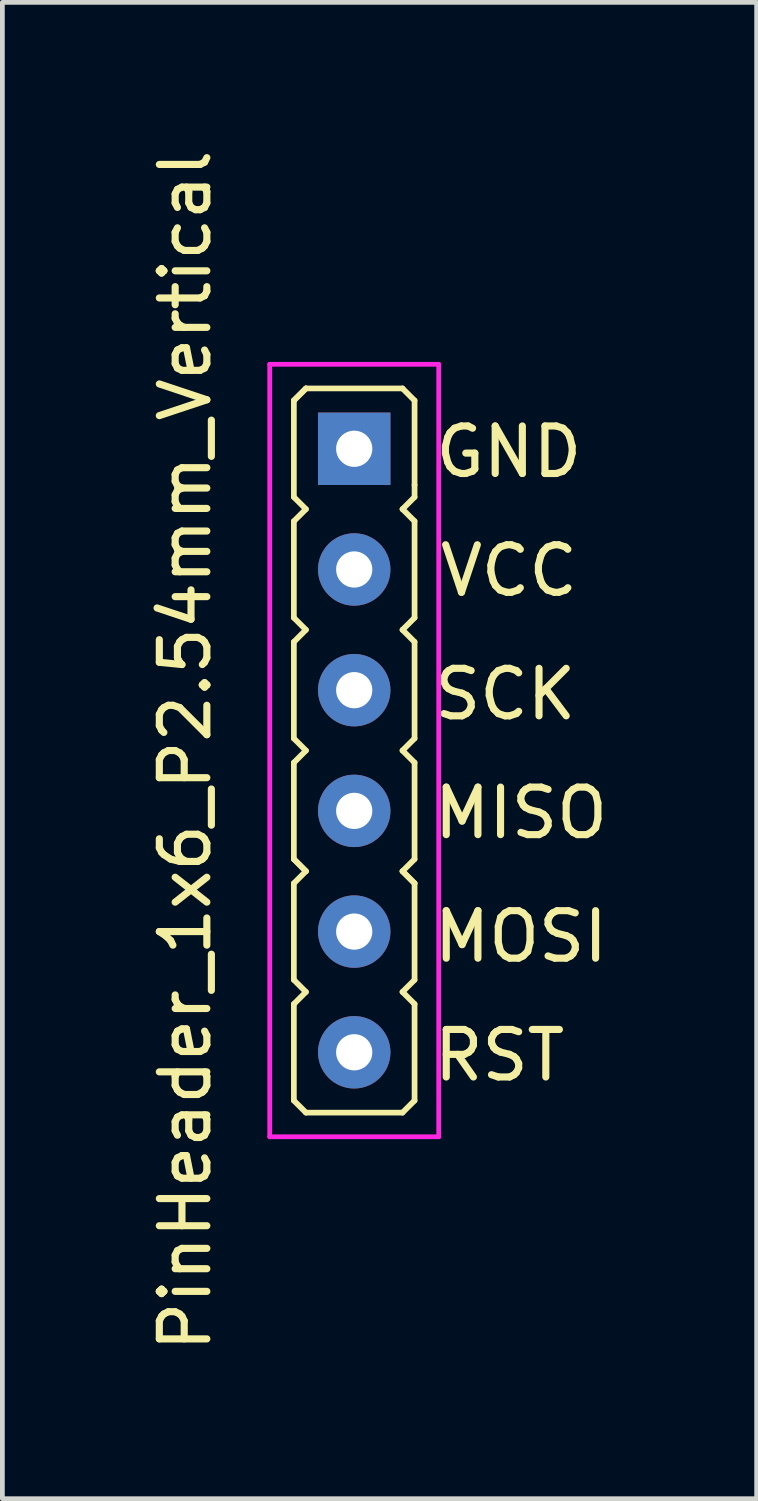
<source format=kicad_pcb>
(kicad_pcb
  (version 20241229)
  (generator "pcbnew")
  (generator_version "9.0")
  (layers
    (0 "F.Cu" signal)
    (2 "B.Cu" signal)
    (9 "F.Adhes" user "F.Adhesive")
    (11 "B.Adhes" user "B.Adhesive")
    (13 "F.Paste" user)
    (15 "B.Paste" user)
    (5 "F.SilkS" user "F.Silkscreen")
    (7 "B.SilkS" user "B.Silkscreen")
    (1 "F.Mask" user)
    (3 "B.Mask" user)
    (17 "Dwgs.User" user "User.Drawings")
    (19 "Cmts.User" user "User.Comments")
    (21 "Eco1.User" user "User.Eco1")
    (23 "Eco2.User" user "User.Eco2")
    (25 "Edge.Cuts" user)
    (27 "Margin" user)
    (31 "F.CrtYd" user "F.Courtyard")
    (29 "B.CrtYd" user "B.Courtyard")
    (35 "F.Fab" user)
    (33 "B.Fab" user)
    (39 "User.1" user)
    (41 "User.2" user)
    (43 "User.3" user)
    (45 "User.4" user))
  (footprint "PinHeader_1x6_P2.54mm_Vertical"
    (layer "F.Cu")
    (at 4.404 12.744)
    (property "Reference" "PinHeader_1x6_P2.54mm_Vertical" (at -3.556 0 90) (layer "F.SilkS") (effects (font (size 1 1) (thickness 0.15))))
    (attr through_hole)
    (fp_line (start -1.27 -7.366) (end -1.016 -7.62) (stroke (width 0.12) (type solid)) (layer "F.SilkS"))
    (fp_line (start -1.27 -7.366) (end -1.016 -7.62) (stroke (width 0.12) (type solid)) (layer "F.SilkS"))
    (fp_line (start -1.27 -5.334) (end -1.27 -7.366) (stroke (width 0.12) (type solid)) (layer "F.SilkS"))
    (fp_line (start -1.27 -4.826) (end -1.016 -5.08) (stroke (width 0.12) (type solid)) (layer "F.SilkS"))
    (fp_line (start -1.27 -2.794) (end -1.27 -4.826) (stroke (width 0.12) (type solid)) (layer "F.SilkS"))
    (fp_line (start -1.27 -2.286) (end -1.016 -2.54) (stroke (width 0.12) (type solid)) (layer "F.SilkS"))
    (fp_line (start -1.27 -0.254) (end -1.27 -2.286) (stroke (width 0.12) (type solid)) (layer "F.SilkS"))
    (fp_line (start -1.27 0.254) (end -1.016 0) (stroke (width 0.12) (type solid)) (layer "F.SilkS"))
    (fp_line (start -1.27 2.286) (end -1.27 0.254) (stroke (width 0.12) (type solid)) (layer "F.SilkS"))
    (fp_line (start -1.27 2.794) (end -1.016 2.54) (stroke (width 0.12) (type solid)) (layer "F.SilkS"))
    (fp_line (start -1.27 4.826) (end -1.27 2.794) (stroke (width 0.12) (type solid)) (layer "F.SilkS"))
    (fp_line (start -1.27 5.334) (end -1.016 5.08) (stroke (width 0.12) (type solid)) (layer "F.SilkS"))
    (fp_line (start -1.27 7.366) (end -1.27 5.334) (stroke (width 0.12) (type solid)) (layer "F.SilkS"))
    (fp_line (start -1.016 -5.08) (end -1.27 -5.334) (stroke (width 0.12) (type solid)) (layer "F.SilkS"))
    (fp_line (start -1.016 -2.54) (end -1.27 -2.794) (stroke (width 0.12) (type solid)) (layer "F.SilkS"))
    (fp_line (start -1.016 0) (end -1.27 -0.254) (stroke (width 0.12) (type solid)) (layer "F.SilkS"))
    (fp_line (start -1.016 2.54) (end -1.27 2.286) (stroke (width 0.12) (type solid)) (layer "F.SilkS"))
    (fp_line (start -1.016 2.54) (end -1.27 2.286) (stroke (width 0.12) (type solid)) (layer "F.SilkS"))
    (fp_line (start -1.016 5.08) (end -1.27 4.826) (stroke (width 0.12) (type solid)) (layer "F.SilkS"))
    (fp_line (start -1.016 7.62) (end -1.27 7.366) (stroke (width 0.12) (type solid)) (layer "F.SilkS"))
    (fp_line (start 1.016 -7.62) (end -1.016 -7.62) (stroke (width 0.12) (type solid)) (layer "F.SilkS"))
    (fp_line (start 1.016 -5.08) (end 1.27 -4.826) (stroke (width 0.12) (type solid)) (layer "F.SilkS"))
    (fp_line (start 1.016 -2.54) (end 1.27 -2.286) (stroke (width 0.12) (type solid)) (layer "F.SilkS"))
    (fp_line (start 1.016 0) (end 1.27 0.254) (stroke (width 0.12) (type solid)) (layer "F.SilkS"))
    (fp_line (start 1.016 2.54) (end 1.27 2.794) (stroke (width 0.12) (type solid)) (layer "F.SilkS"))
    (fp_line (start 1.016 2.54) (end 1.27 2.794) (stroke (width 0.12) (type solid)) (layer "F.SilkS"))
    (fp_line (start 1.016 5.08) (end 1.27 5.334) (stroke (width 0.12) (type solid)) (layer "F.SilkS"))
    (fp_line (start 1.016 7.62) (end -1.016 7.62) (stroke (width 0.12) (type solid)) (layer "F.SilkS"))
    (fp_line (start 1.27 -7.366) (end 1.016 -7.62) (stroke (width 0.12) (type solid)) (layer "F.SilkS"))
    (fp_line (start 1.27 -7.366) (end 1.27 -5.588) (stroke (width 0.12) (type solid)) (layer "F.SilkS"))
    (fp_line (start 1.27 -5.588) (end 1.27 -5.334) (stroke (width 0.12) (type solid)) (layer "F.SilkS"))
    (fp_line (start 1.27 -5.334) (end 1.016 -5.08) (stroke (width 0.12) (type solid)) (layer "F.SilkS"))
    (fp_line (start 1.27 -4.826) (end 1.27 -2.794) (stroke (width 0.12) (type solid)) (layer "F.SilkS"))
    (fp_line (start 1.27 -2.794) (end 1.016 -2.54) (stroke (width 0.12) (type solid)) (layer "F.SilkS"))
    (fp_line (start 1.27 -2.286) (end 1.27 -0.254) (stroke (width 0.12) (type solid)) (layer "F.SilkS"))
    (fp_line (start 1.27 -0.254) (end 1.016 0) (stroke (width 0.12) (type solid)) (layer "F.SilkS"))
    (fp_line (start 1.27 0.254) (end 1.27 2.286) (stroke (width 0.12) (type solid)) (layer "F.SilkS"))
    (fp_line (start 1.27 2.286) (end 1.016 2.54) (stroke (width 0.12) (type solid)) (layer "F.SilkS"))
    (fp_line (start 1.27 2.794) (end 1.27 4.826) (stroke (width 0.12) (type solid)) (layer "F.SilkS"))
    (fp_line (start 1.27 4.826) (end 1.016 5.08) (stroke (width 0.12) (type solid)) (layer "F.SilkS"))
    (fp_line (start 1.27 5.334) (end 1.27 7.366) (stroke (width 0.12) (type solid)) (layer "F.SilkS"))
    (fp_line (start 1.27 7.366) (end 1.016 7.62) (stroke (width 0.12) (type solid)) (layer "F.SilkS"))
    (fp_line (start -1.778 8.128) (end -1.778 -8.128) (stroke (width 0.1) (type solid)) (layer "F.CrtYd"))
    (fp_line (start -1.778 8.128) (end 1.778 8.128) (stroke (width 0.1) (type solid)) (layer "F.CrtYd"))
    (fp_line (start 1.778 -8.128) (end -1.778 -8.128) (stroke (width 0.1) (type solid)) (layer "F.CrtYd"))
    (fp_line (start 1.778 -8.128) (end 1.778 8.128) (stroke (width 0.1) (type solid)) (layer "F.CrtYd"))
    (fp_text user "MISO" (at 1.6 1.9 0) (unlocked yes) (layer "F.SilkS") (effects (font (size 1 1) (thickness 0.15)) (justify left bottom)))
    (fp_text user "MOSI" (at 1.6 4.5 0) (unlocked yes) (layer "F.SilkS") (effects (font (size 1 1) (thickness 0.15)) (justify left bottom)))
    (fp_text user "GND" (at 1.63 -5.7 0) (unlocked yes) (layer "F.SilkS") (effects (font (size 1 1) (thickness 0.15)) (justify left bottom)))
    (fp_text user "SCK" (at 1.6 -0.6 0) (unlocked yes) (layer "F.SilkS") (effects (font (size 1 1) (thickness 0.15)) (justify left bottom)))
    (fp_text user "RST" (at 1.6 7 0) (unlocked yes) (layer "F.SilkS") (effects (font (size 1 1) (thickness 0.15)) (justify left bottom)))
    (fp_text user "VCC" (at 1.73 -3.2 0) (unlocked yes) (layer "F.SilkS") (effects (font (size 1 1) (thickness 0.15)) (justify left bottom)))
    (pad "1" thru_hole oval (at 0 6.35) (size 1.524 1.524) (drill 0.762) (layers "*.Cu" "*.Mask"))
    (pad "2" thru_hole oval (at 0 -3.81) (size 1.524 1.524) (drill 0.762) (layers "*.Cu" "*.Mask"))
    (pad "3" thru_hole oval (at 0 1.27) (size 1.524 1.524) (drill 0.762) (layers "*.Cu" "*.Mask"))
    (pad "4" thru_hole oval (at 0 3.81) (size 1.524 1.524) (drill 0.762) (layers "*.Cu" "*.Mask"))
    (pad "5" thru_hole oval (at 0 -1.27) (size 1.524 1.524) (drill 0.762) (layers "*.Cu" "*.Mask"))
    (pad "6" thru_hole rect (at 0 -6.35) (size 1.524 1.524) (drill 0.762) (layers "*.Cu" "*.Mask")))
  (gr_rect
    (start -3 -3)
    (end 12.873 28.488)
    (stroke (width 0.1) (type default))
    (fill no)
    (layer "Edge.Cuts")))
</source>
